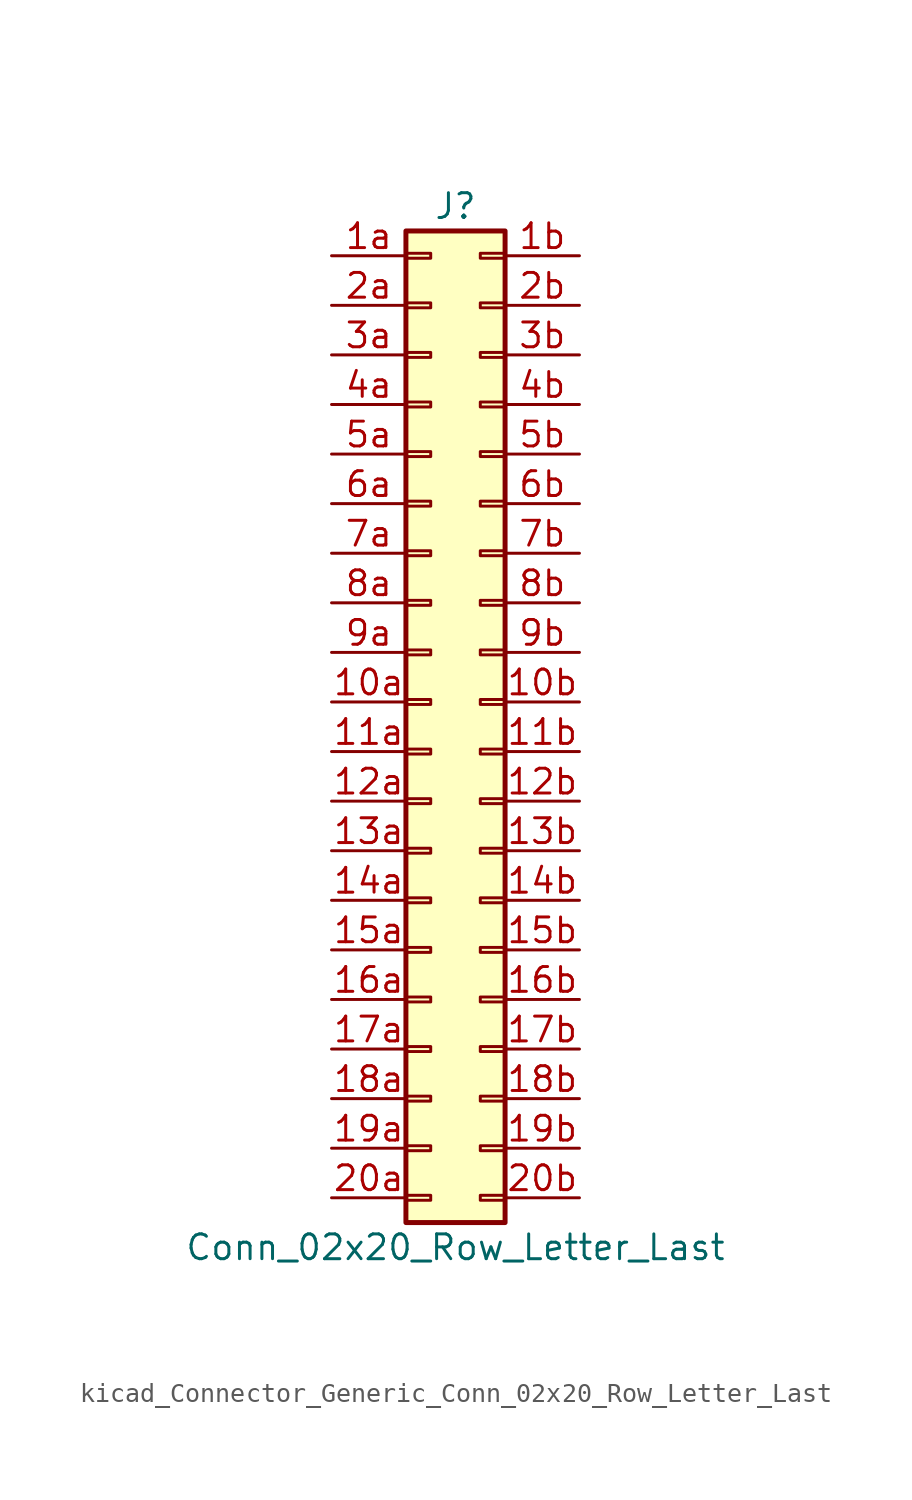
<source format=kicad_sym>
(kicad_symbol_lib
  (version 20220914)
  (generator kicad_symbol_editor)
  (symbol "kicad_Connector_Generic_Conn_02x20_Row_Letter_Last"
    (pin_names
      (offset 1.016) hide)
    (property "Reference" "J"
      (at 1.27 25.4 0)
      (effects (font (size 1.27 1.27))))
    (property "Value" "Conn_02x20_Row_Letter_Last"
      (at 1.27 -27.94 0)
      (effects (font (size 1.27 1.27))))
    (symbol "kicad_Connector_Generic_Conn_02x20_Row_Letter_Last_1_1"
      (rectangle (start -1.27 -25.273) (end 0 -25.527) (stroke (width 0.152) (type default)) (fill (type none)))
      (rectangle (start -1.27 -22.733) (end 0 -22.987) (stroke (width 0.152) (type default)) (fill (type none)))
      (rectangle (start -1.27 -20.193) (end 0 -20.447) (stroke (width 0.152) (type default)) (fill (type none)))
      (rectangle (start -1.27 -17.653) (end 0 -17.907) (stroke (width 0.152) (type default)) (fill (type none)))
      (rectangle (start -1.27 -15.113) (end 0 -15.367) (stroke (width 0.152) (type default)) (fill (type none)))
      (rectangle (start -1.27 -12.573) (end 0 -12.827) (stroke (width 0.152) (type default)) (fill (type none)))
      (rectangle (start -1.27 -10.033) (end 0 -10.287) (stroke (width 0.152) (type default)) (fill (type none)))
      (rectangle (start -1.27 -7.493) (end 0 -7.747) (stroke (width 0.152) (type default)) (fill (type none)))
      (rectangle (start -1.27 -4.953) (end 0 -5.207) (stroke (width 0.152) (type default)) (fill (type none)))
      (rectangle (start -1.27 -2.413) (end 0 -2.667) (stroke (width 0.152) (type default)) (fill (type none)))
      (rectangle (start -1.27 0.127) (end 0 -0.127) (stroke (width 0.152) (type default)) (fill (type none)))
      (rectangle (start -1.27 2.667) (end 0 2.413) (stroke (width 0.152) (type default)) (fill (type none)))
      (rectangle (start -1.27 5.207) (end 0 4.953) (stroke (width 0.152) (type default)) (fill (type none)))
      (rectangle (start -1.27 7.747) (end 0 7.493) (stroke (width 0.152) (type default)) (fill (type none)))
      (rectangle (start -1.27 10.287) (end 0 10.033) (stroke (width 0.152) (type default)) (fill (type none)))
      (rectangle (start -1.27 12.827) (end 0 12.573) (stroke (width 0.152) (type default)) (fill (type none)))
      (rectangle (start -1.27 15.367) (end 0 15.113) (stroke (width 0.152) (type default)) (fill (type none)))
      (rectangle (start -1.27 17.907) (end 0 17.653) (stroke (width 0.152) (type default)) (fill (type none)))
      (rectangle (start -1.27 20.447) (end 0 20.193) (stroke (width 0.152) (type default)) (fill (type none)))
      (rectangle (start -1.27 22.987) (end 0 22.733) (stroke (width 0.152) (type default)) (fill (type none)))
      (rectangle (start -1.27 24.13) (end 3.81 -26.67) (stroke (width 0.254) (type default)) (fill (type background)))
      (rectangle (start 3.81 -25.273) (end 2.54 -25.527) (stroke (width 0.152) (type default)) (fill (type none)))
      (rectangle (start 3.81 -22.733) (end 2.54 -22.987) (stroke (width 0.152) (type default)) (fill (type none)))
      (rectangle (start 3.81 -20.193) (end 2.54 -20.447) (stroke (width 0.152) (type default)) (fill (type none)))
      (rectangle (start 3.81 -17.653) (end 2.54 -17.907) (stroke (width 0.152) (type default)) (fill (type none)))
      (rectangle (start 3.81 -15.113) (end 2.54 -15.367) (stroke (width 0.152) (type default)) (fill (type none)))
      (rectangle (start 3.81 -12.573) (end 2.54 -12.827) (stroke (width 0.152) (type default)) (fill (type none)))
      (rectangle (start 3.81 -10.033) (end 2.54 -10.287) (stroke (width 0.152) (type default)) (fill (type none)))
      (rectangle (start 3.81 -7.493) (end 2.54 -7.747) (stroke (width 0.152) (type default)) (fill (type none)))
      (rectangle (start 3.81 -4.953) (end 2.54 -5.207) (stroke (width 0.152) (type default)) (fill (type none)))
      (rectangle (start 3.81 -2.413) (end 2.54 -2.667) (stroke (width 0.152) (type default)) (fill (type none)))
      (rectangle (start 3.81 0.127) (end 2.54 -0.127) (stroke (width 0.152) (type default)) (fill (type none)))
      (rectangle (start 3.81 2.667) (end 2.54 2.413) (stroke (width 0.152) (type default)) (fill (type none)))
      (rectangle (start 3.81 5.207) (end 2.54 4.953) (stroke (width 0.152) (type default)) (fill (type none)))
      (rectangle (start 3.81 7.747) (end 2.54 7.493) (stroke (width 0.152) (type default)) (fill (type none)))
      (rectangle (start 3.81 10.287) (end 2.54 10.033) (stroke (width 0.152) (type default)) (fill (type none)))
      (rectangle (start 3.81 12.827) (end 2.54 12.573) (stroke (width 0.152) (type default)) (fill (type none)))
      (rectangle (start 3.81 15.367) (end 2.54 15.113) (stroke (width 0.152) (type default)) (fill (type none)))
      (rectangle (start 3.81 17.907) (end 2.54 17.653) (stroke (width 0.152) (type default)) (fill (type none)))
      (rectangle (start 3.81 20.447) (end 2.54 20.193) (stroke (width 0.152) (type default)) (fill (type none)))
      (rectangle (start 3.81 22.987) (end 2.54 22.733) (stroke (width 0.152) (type default)) (fill (type none)))
      (pin passive line (at -5.08 0 0) (length 3.81) (name "Pin_10a" (effects (font (size 1.27 1.27)))) (number "10a" (effects (font (size 1.27 1.27)))))
      (pin passive line (at 7.62 0 180) (length 3.81) (name "Pin_10b" (effects (font (size 1.27 1.27)))) (number "10b" (effects (font (size 1.27 1.27)))))
      (pin passive line (at -5.08 -2.54 0) (length 3.81) (name "Pin_11a" (effects (font (size 1.27 1.27)))) (number "11a" (effects (font (size 1.27 1.27)))))
      (pin passive line (at 7.62 -2.54 180) (length 3.81) (name "Pin_11b" (effects (font (size 1.27 1.27)))) (number "11b" (effects (font (size 1.27 1.27)))))
      (pin passive line (at -5.08 -5.08 0) (length 3.81) (name "Pin_12a" (effects (font (size 1.27 1.27)))) (number "12a" (effects (font (size 1.27 1.27)))))
      (pin passive line (at 7.62 -5.08 180) (length 3.81) (name "Pin_12b" (effects (font (size 1.27 1.27)))) (number "12b" (effects (font (size 1.27 1.27)))))
      (pin passive line (at -5.08 -7.62 0) (length 3.81) (name "Pin_13a" (effects (font (size 1.27 1.27)))) (number "13a" (effects (font (size 1.27 1.27)))))
      (pin passive line (at 7.62 -7.62 180) (length 3.81) (name "Pin_13b" (effects (font (size 1.27 1.27)))) (number "13b" (effects (font (size 1.27 1.27)))))
      (pin passive line (at -5.08 -10.16 0) (length 3.81) (name "Pin_14a" (effects (font (size 1.27 1.27)))) (number "14a" (effects (font (size 1.27 1.27)))))
      (pin passive line (at 7.62 -10.16 180) (length 3.81) (name "Pin_14b" (effects (font (size 1.27 1.27)))) (number "14b" (effects (font (size 1.27 1.27)))))
      (pin passive line (at -5.08 -12.7 0) (length 3.81) (name "Pin_15a" (effects (font (size 1.27 1.27)))) (number "15a" (effects (font (size 1.27 1.27)))))
      (pin passive line (at 7.62 -12.7 180) (length 3.81) (name "Pin_15b" (effects (font (size 1.27 1.27)))) (number "15b" (effects (font (size 1.27 1.27)))))
      (pin passive line (at -5.08 -15.24 0) (length 3.81) (name "Pin_16a" (effects (font (size 1.27 1.27)))) (number "16a" (effects (font (size 1.27 1.27)))))
      (pin passive line (at 7.62 -15.24 180) (length 3.81) (name "Pin_16b" (effects (font (size 1.27 1.27)))) (number "16b" (effects (font (size 1.27 1.27)))))
      (pin passive line (at -5.08 -17.78 0) (length 3.81) (name "Pin_17a" (effects (font (size 1.27 1.27)))) (number "17a" (effects (font (size 1.27 1.27)))))
      (pin passive line (at 7.62 -17.78 180) (length 3.81) (name "Pin_17b" (effects (font (size 1.27 1.27)))) (number "17b" (effects (font (size 1.27 1.27)))))
      (pin passive line (at -5.08 -20.32 0) (length 3.81) (name "Pin_18a" (effects (font (size 1.27 1.27)))) (number "18a" (effects (font (size 1.27 1.27)))))
      (pin passive line (at 7.62 -20.32 180) (length 3.81) (name "Pin_18b" (effects (font (size 1.27 1.27)))) (number "18b" (effects (font (size 1.27 1.27)))))
      (pin passive line (at -5.08 -22.86 0) (length 3.81) (name "Pin_19a" (effects (font (size 1.27 1.27)))) (number "19a" (effects (font (size 1.27 1.27)))))
      (pin passive line (at 7.62 -22.86 180) (length 3.81) (name "Pin_19b" (effects (font (size 1.27 1.27)))) (number "19b" (effects (font (size 1.27 1.27)))))
      (pin passive line (at -5.08 22.86 0) (length 3.81) (name "Pin_1a" (effects (font (size 1.27 1.27)))) (number "1a" (effects (font (size 1.27 1.27)))))
      (pin passive line (at 7.62 22.86 180) (length 3.81) (name "Pin_1b" (effects (font (size 1.27 1.27)))) (number "1b" (effects (font (size 1.27 1.27)))))
      (pin passive line (at -5.08 -25.4 0) (length 3.81) (name "Pin_20a" (effects (font (size 1.27 1.27)))) (number "20a" (effects (font (size 1.27 1.27)))))
      (pin passive line (at 7.62 -25.4 180) (length 3.81) (name "Pin_20b" (effects (font (size 1.27 1.27)))) (number "20b" (effects (font (size 1.27 1.27)))))
      (pin passive line (at -5.08 20.32 0) (length 3.81) (name "Pin_2a" (effects (font (size 1.27 1.27)))) (number "2a" (effects (font (size 1.27 1.27)))))
      (pin passive line (at 7.62 20.32 180) (length 3.81) (name "Pin_2b" (effects (font (size 1.27 1.27)))) (number "2b" (effects (font (size 1.27 1.27)))))
      (pin passive line (at -5.08 17.78 0) (length 3.81) (name "Pin_3a" (effects (font (size 1.27 1.27)))) (number "3a" (effects (font (size 1.27 1.27)))))
      (pin passive line (at 7.62 17.78 180) (length 3.81) (name "Pin_3b" (effects (font (size 1.27 1.27)))) (number "3b" (effects (font (size 1.27 1.27)))))
      (pin passive line (at -5.08 15.24 0) (length 3.81) (name "Pin_4a" (effects (font (size 1.27 1.27)))) (number "4a" (effects (font (size 1.27 1.27)))))
      (pin passive line (at 7.62 15.24 180) (length 3.81) (name "Pin_4b" (effects (font (size 1.27 1.27)))) (number "4b" (effects (font (size 1.27 1.27)))))
      (pin passive line (at -5.08 12.7 0) (length 3.81) (name "Pin_5a" (effects (font (size 1.27 1.27)))) (number "5a" (effects (font (size 1.27 1.27)))))
      (pin passive line (at 7.62 12.7 180) (length 3.81) (name "Pin_5b" (effects (font (size 1.27 1.27)))) (number "5b" (effects (font (size 1.27 1.27)))))
      (pin passive line (at -5.08 10.16 0) (length 3.81) (name "Pin_6a" (effects (font (size 1.27 1.27)))) (number "6a" (effects (font (size 1.27 1.27)))))
      (pin passive line (at 7.62 10.16 180) (length 3.81) (name "Pin_6b" (effects (font (size 1.27 1.27)))) (number "6b" (effects (font (size 1.27 1.27)))))
      (pin passive line (at -5.08 7.62 0) (length 3.81) (name "Pin_7a" (effects (font (size 1.27 1.27)))) (number "7a" (effects (font (size 1.27 1.27)))))
      (pin passive line (at 7.62 7.62 180) (length 3.81) (name "Pin_7b" (effects (font (size 1.27 1.27)))) (number "7b" (effects (font (size 1.27 1.27)))))
      (pin passive line (at -5.08 5.08 0) (length 3.81) (name "Pin_8a" (effects (font (size 1.27 1.27)))) (number "8a" (effects (font (size 1.27 1.27)))))
      (pin passive line (at 7.62 5.08 180) (length 3.81) (name "Pin_8b" (effects (font (size 1.27 1.27)))) (number "8b" (effects (font (size 1.27 1.27)))))
      (pin passive line (at -5.08 2.54 0) (length 3.81) (name "Pin_9a" (effects (font (size 1.27 1.27)))) (number "9a" (effects (font (size 1.27 1.27)))))
      (pin passive line (at 7.62 2.54 180) (length 3.81) (name "Pin_9b" (effects (font (size 1.27 1.27)))) (number "9b" (effects (font (size 1.27 1.27))))))))
</source>
